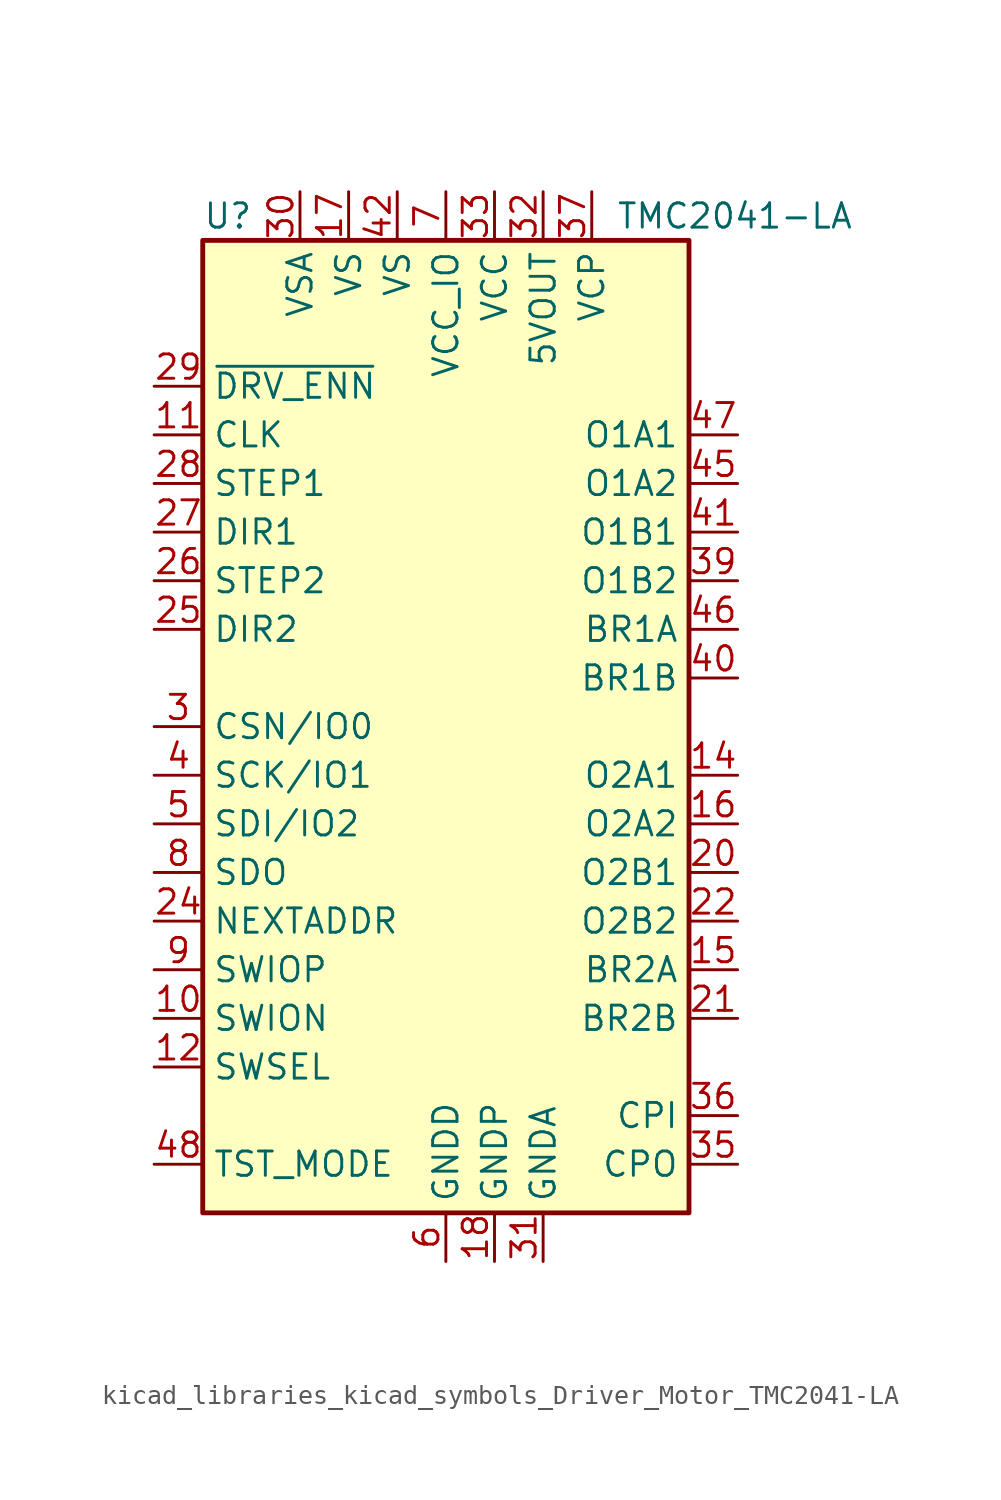
<source format=kicad_sym>
(kicad_symbol_lib
  (version 20220914)
  (generator kicad_symbol_editor)
  (symbol "kicad_libraries_kicad_symbols_Driver_Motor_TMC2041-LA"
    (property "Reference" "U"
      (at -12.7 26.67 0)
      (effects (font (size 1.27 1.27)) (justify left)))
    (property "Value" "TMC2041-LA"
      (at 8.89 26.67 0)
      (effects (font (size 1.27 1.27)) (justify left)))
    (symbol "kicad_libraries_kicad_symbols_Driver_Motor_TMC2041-LA_0_1"
      (rectangle (start -12.7 25.4) (end 12.7 -25.4) (stroke (width 0.254) (type default)) (fill (type background))))
    (symbol "kicad_libraries_kicad_symbols_Driver_Motor_TMC2041-LA_1_1"
      (pin passive line (at 0 -27.94 90) (length 2.54) hide (name "GNDD" (effects (font (size 1.27 1.27)))) (number "1" (effects (font (size 1.27 1.27)))))
      (pin bidirectional line (at -15.24 -15.24 0) (length 2.54) (name "SWION" (effects (font (size 1.27 1.27)))) (number "10" (effects (font (size 1.27 1.27)))))
      (pin input line (at -15.24 15.24 0) (length 2.54) (name "CLK" (effects (font (size 1.27 1.27)))) (number "11" (effects (font (size 1.27 1.27)))))
      (pin input line (at -15.24 -17.78 0) (length 2.54) (name "SWSEL" (effects (font (size 1.27 1.27)))) (number "12" (effects (font (size 1.27 1.27)))))
      (pin passive line (at 0 -27.94 90) (length 2.54) hide (name "GNDD" (effects (font (size 1.27 1.27)))) (number "13" (effects (font (size 1.27 1.27)))))
      (pin output line (at 15.24 -2.54 180) (length 2.54) (name "O2A1" (effects (font (size 1.27 1.27)))) (number "14" (effects (font (size 1.27 1.27)))))
      (pin passive line (at 15.24 -12.7 180) (length 2.54) (name "BR2A" (effects (font (size 1.27 1.27)))) (number "15" (effects (font (size 1.27 1.27)))))
      (pin output line (at 15.24 -5.08 180) (length 2.54) (name "O2A2" (effects (font (size 1.27 1.27)))) (number "16" (effects (font (size 1.27 1.27)))))
      (pin power_in line (at -5.08 27.94 270) (length 2.54) (name "VS" (effects (font (size 1.27 1.27)))) (number "17" (effects (font (size 1.27 1.27)))))
      (pin power_in line (at 2.54 -27.94 90) (length 2.54) (name "GNDP" (effects (font (size 1.27 1.27)))) (number "18" (effects (font (size 1.27 1.27)))))
      (pin passive line (at -5.08 27.94 270) (length 2.54) hide (name "VS" (effects (font (size 1.27 1.27)))) (number "19" (effects (font (size 1.27 1.27)))))
      (pin passive line (at 0 -27.94 90) (length 2.54) hide (name "GNDD" (effects (font (size 1.27 1.27)))) (number "2" (effects (font (size 1.27 1.27)))))
      (pin output line (at 15.24 -7.62 180) (length 2.54) (name "O2B1" (effects (font (size 1.27 1.27)))) (number "20" (effects (font (size 1.27 1.27)))))
      (pin passive line (at 15.24 -15.24 180) (length 2.54) (name "BR2B" (effects (font (size 1.27 1.27)))) (number "21" (effects (font (size 1.27 1.27)))))
      (pin output line (at 15.24 -10.16 180) (length 2.54) (name "O2B2" (effects (font (size 1.27 1.27)))) (number "22" (effects (font (size 1.27 1.27)))))
      (pin passive line (at 0 -27.94 90) (length 2.54) hide (name "GNDD" (effects (font (size 1.27 1.27)))) (number "23" (effects (font (size 1.27 1.27)))))
      (pin input line (at -15.24 -10.16 0) (length 2.54) (name "NEXTADDR" (effects (font (size 1.27 1.27)))) (number "24" (effects (font (size 1.27 1.27)))))
      (pin input line (at -15.24 5.08 0) (length 2.54) (name "DIR2" (effects (font (size 1.27 1.27)))) (number "25" (effects (font (size 1.27 1.27)))))
      (pin input line (at -15.24 7.62 0) (length 2.54) (name "STEP2" (effects (font (size 1.27 1.27)))) (number "26" (effects (font (size 1.27 1.27)))))
      (pin input line (at -15.24 10.16 0) (length 2.54) (name "DIR1" (effects (font (size 1.27 1.27)))) (number "27" (effects (font (size 1.27 1.27)))))
      (pin input line (at -15.24 12.7 0) (length 2.54) (name "STEP1" (effects (font (size 1.27 1.27)))) (number "28" (effects (font (size 1.27 1.27)))))
      (pin input line (at -15.24 17.78 0) (length 2.54) (name "~{DRV_ENN}" (effects (font (size 1.27 1.27)))) (number "29" (effects (font (size 1.27 1.27)))))
      (pin bidirectional line (at -15.24 0 0) (length 2.54) (name "CSN/IO0" (effects (font (size 1.27 1.27)))) (number "3" (effects (font (size 1.27 1.27)))))
      (pin power_in line (at -7.62 27.94 270) (length 2.54) (name "VSA" (effects (font (size 1.27 1.27)))) (number "30" (effects (font (size 1.27 1.27)))))
      (pin power_in line (at 5.08 -27.94 90) (length 2.54) (name "GNDA" (effects (font (size 1.27 1.27)))) (number "31" (effects (font (size 1.27 1.27)))))
      (pin power_out line (at 5.08 27.94 270) (length 2.54) (name "5VOUT" (effects (font (size 1.27 1.27)))) (number "32" (effects (font (size 1.27 1.27)))))
      (pin power_in line (at 2.54 27.94 270) (length 2.54) (name "VCC" (effects (font (size 1.27 1.27)))) (number "33" (effects (font (size 1.27 1.27)))))
      (pin passive line (at 0 -27.94 90) (length 2.54) hide (name "GNDD" (effects (font (size 1.27 1.27)))) (number "34" (effects (font (size 1.27 1.27)))))
      (pin passive line (at 15.24 -22.86 180) (length 2.54) (name "CPO" (effects (font (size 1.27 1.27)))) (number "35" (effects (font (size 1.27 1.27)))))
      (pin passive line (at 15.24 -20.32 180) (length 2.54) (name "CPI" (effects (font (size 1.27 1.27)))) (number "36" (effects (font (size 1.27 1.27)))))
      (pin passive line (at 7.62 27.94 270) (length 2.54) (name "VCP" (effects (font (size 1.27 1.27)))) (number "37" (effects (font (size 1.27 1.27)))))
      (pin passive line (at 0 -27.94 90) (length 2.54) hide (name "GNDD" (effects (font (size 1.27 1.27)))) (number "38" (effects (font (size 1.27 1.27)))))
      (pin output line (at 15.24 7.62 180) (length 2.54) (name "O1B2" (effects (font (size 1.27 1.27)))) (number "39" (effects (font (size 1.27 1.27)))))
      (pin bidirectional line (at -15.24 -2.54 0) (length 2.54) (name "SCK/IO1" (effects (font (size 1.27 1.27)))) (number "4" (effects (font (size 1.27 1.27)))))
      (pin passive line (at 15.24 2.54 180) (length 2.54) (name "BR1B" (effects (font (size 1.27 1.27)))) (number "40" (effects (font (size 1.27 1.27)))))
      (pin output line (at 15.24 10.16 180) (length 2.54) (name "O1B1" (effects (font (size 1.27 1.27)))) (number "41" (effects (font (size 1.27 1.27)))))
      (pin power_in line (at -2.54 27.94 270) (length 2.54) (name "VS" (effects (font (size 1.27 1.27)))) (number "42" (effects (font (size 1.27 1.27)))))
      (pin passive line (at 2.54 -27.94 90) (length 2.54) hide (name "GNDP" (effects (font (size 1.27 1.27)))) (number "43" (effects (font (size 1.27 1.27)))))
      (pin passive line (at -2.54 27.94 270) (length 2.54) hide (name "VS" (effects (font (size 1.27 1.27)))) (number "44" (effects (font (size 1.27 1.27)))))
      (pin output line (at 15.24 12.7 180) (length 2.54) (name "O1A2" (effects (font (size 1.27 1.27)))) (number "45" (effects (font (size 1.27 1.27)))))
      (pin passive line (at 15.24 5.08 180) (length 2.54) (name "BR1A" (effects (font (size 1.27 1.27)))) (number "46" (effects (font (size 1.27 1.27)))))
      (pin output line (at 15.24 15.24 180) (length 2.54) (name "O1A1" (effects (font (size 1.27 1.27)))) (number "47" (effects (font (size 1.27 1.27)))))
      (pin input line (at -15.24 -22.86 0) (length 2.54) (name "TST_MODE" (effects (font (size 1.27 1.27)))) (number "48" (effects (font (size 1.27 1.27)))))
      (pin passive line (at 0 -27.94 90) (length 2.54) hide (name "GNDD" (effects (font (size 1.27 1.27)))) (number "49" (effects (font (size 1.27 1.27)))))
      (pin bidirectional line (at -15.24 -5.08 0) (length 2.54) (name "SDI/IO2" (effects (font (size 1.27 1.27)))) (number "5" (effects (font (size 1.27 1.27)))))
      (pin power_in line (at 0 -27.94 90) (length 2.54) (name "GNDD" (effects (font (size 1.27 1.27)))) (number "6" (effects (font (size 1.27 1.27)))))
      (pin power_in line (at 0 27.94 270) (length 2.54) (name "VCC_IO" (effects (font (size 1.27 1.27)))) (number "7" (effects (font (size 1.27 1.27)))))
      (pin bidirectional line (at -15.24 -7.62 0) (length 2.54) (name "SDO" (effects (font (size 1.27 1.27)))) (number "8" (effects (font (size 1.27 1.27)))))
      (pin bidirectional line (at -15.24 -12.7 0) (length 2.54) (name "SWIOP" (effects (font (size 1.27 1.27)))) (number "9" (effects (font (size 1.27 1.27))))))))
</source>
